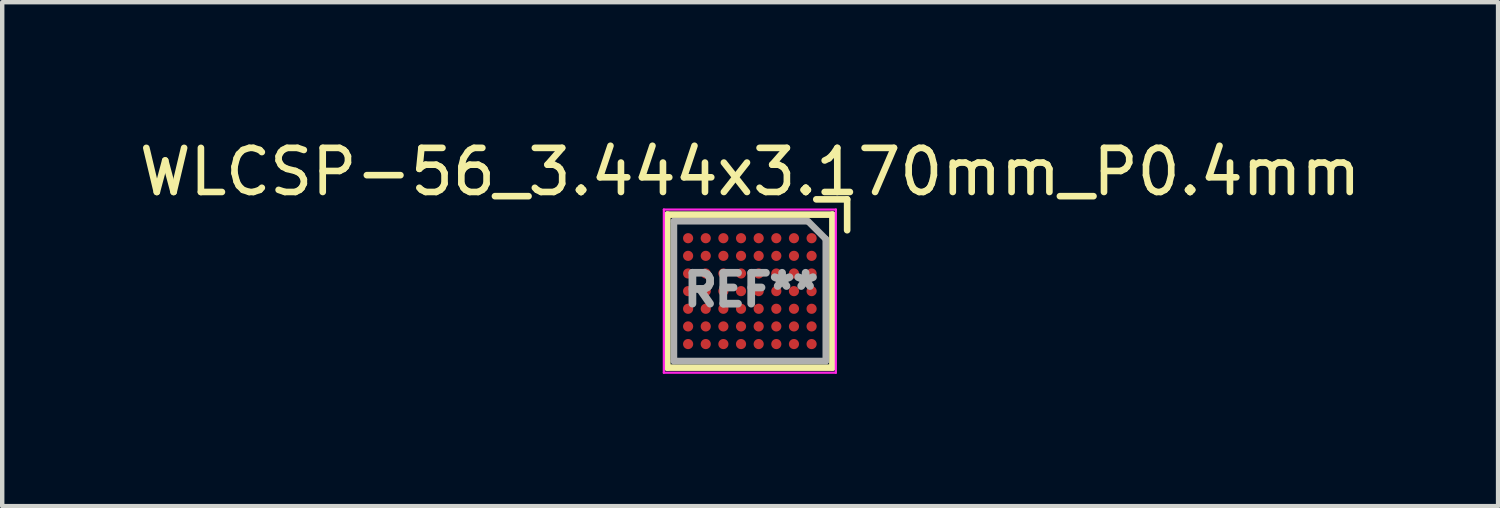
<source format=kicad_pcb>
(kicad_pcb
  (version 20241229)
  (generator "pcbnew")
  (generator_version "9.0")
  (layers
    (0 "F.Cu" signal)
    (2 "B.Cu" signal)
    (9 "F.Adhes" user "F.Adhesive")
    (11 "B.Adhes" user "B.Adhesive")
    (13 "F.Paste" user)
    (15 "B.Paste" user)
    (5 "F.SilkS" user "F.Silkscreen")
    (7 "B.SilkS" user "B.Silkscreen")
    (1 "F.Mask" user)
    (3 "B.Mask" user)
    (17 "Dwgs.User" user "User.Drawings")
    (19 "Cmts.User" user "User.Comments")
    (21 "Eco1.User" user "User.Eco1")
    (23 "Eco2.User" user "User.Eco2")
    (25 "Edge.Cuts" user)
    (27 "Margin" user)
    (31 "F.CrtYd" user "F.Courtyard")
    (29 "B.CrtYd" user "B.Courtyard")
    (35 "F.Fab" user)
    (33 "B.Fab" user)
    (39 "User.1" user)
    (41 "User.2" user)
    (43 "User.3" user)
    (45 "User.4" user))
  (footprint "WLCSP-56_3.444x3.170mm_P0.4mm"
    (layer "F.Cu")
    (at 13.958 3.57)
    (property "Reference" "WLCSP-56_3.444x3.170mm_P0.4mm" (at 0 -2.722 0) (layer "F.SilkS") (effects (font (size 1 1) (thickness 0.15))))
    (attr smd)
    (fp_line (start -1.878 -1.754) (end -1.878 1.716) (stroke (width 0.15) (type solid)) (layer "F.SilkS"))
    (fp_line (start -1.878 -1.754) (end 1.866 -1.754) (stroke (width 0.15) (type solid)) (layer "F.SilkS"))
    (fp_line (start -1.878 1.716) (end 1.866 1.716) (stroke (width 0.15) (type solid)) (layer "F.SilkS"))
    (fp_line (start 1.866 -1.754) (end 1.866 1.716) (stroke (width 0.15) (type solid)) (layer "F.SilkS"))
    (fp_line (start 2.2 -2.1) (end 1.5 -2.1) (stroke (width 0.15) (type solid)) (layer "F.SilkS"))
    (fp_line (start 2.2 -2.1) (end 2.2 -1.4) (stroke (width 0.15) (type solid)) (layer "F.SilkS"))
    (fp_line (start -1.956 -1.869) (end 1.944 -1.869) (stroke (width 0.05) (type solid)) (layer "F.CrtYd"))
    (fp_line (start -1.956 1.831) (end -1.956 -1.869) (stroke (width 0.05) (type solid)) (layer "F.CrtYd"))
    (fp_line (start 1.944 -1.869) (end 1.944 1.831) (stroke (width 0.05) (type solid)) (layer "F.CrtYd"))
    (fp_line (start 1.944 1.831) (end -1.956 1.831) (stroke (width 0.05) (type solid)) (layer "F.CrtYd"))
    (fp_line (start -1.728 -1.604) (end -1.728 1.566) (stroke (width 0.15) (type solid)) (layer "F.Fab"))
    (fp_line (start -1.728 1.566) (end 1.716 1.566) (stroke (width 0.15) (type solid)) (layer "F.Fab"))
    (fp_line (start 1.3 -1.604) (end -1.728 -1.604) (stroke (width 0.15) (type solid)) (layer "F.Fab"))
    (fp_line (start 1.716 -1.2) (end 1.316 -1.6) (stroke (width 0.15) (type solid)) (layer "F.Fab"))
    (fp_line (start 1.716 1.566) (end 1.716 -1.2) (stroke (width 0.15) (type solid)) (layer "F.Fab"))
    (fp_text user "REF**" (at 0.025 -0.05 0) (layer "F.Fab") (effects (font (size 0.7 0.7) (thickness 0.175))))
    (pad "A1" smd circle (at 1.394 -1.219 270) (size 0.23 0.23) (layers "F.Cu" "F.Mask" "F.Paste"))
    (pad "A2" smd circle (at 1.394 -0.819 270) (size 0.23 0.23) (layers "F.Cu" "F.Mask" "F.Paste"))
    (pad "A3" smd circle (at 1.394 -0.419 270) (size 0.23 0.23) (layers "F.Cu" "F.Mask" "F.Paste"))
    (pad "A4" smd circle (at 1.394 -0.019 270) (size 0.23 0.23) (layers "F.Cu" "F.Mask" "F.Paste"))
    (pad "A5" smd circle (at 1.394 0.381 270) (size 0.23 0.23) (layers "F.Cu" "F.Mask" "F.Paste"))
    (pad "A6" smd circle (at 1.394 0.781 270) (size 0.23 0.23) (layers "F.Cu" "F.Mask" "F.Paste"))
    (pad "A7" smd circle (at 1.394 1.181 270) (size 0.23 0.23) (layers "F.Cu" "F.Mask" "F.Paste"))
    (pad "B1" smd circle (at 0.994 -1.219 270) (size 0.23 0.23) (layers "F.Cu" "F.Mask" "F.Paste"))
    (pad "B2" smd circle (at 0.994 -0.819 270) (size 0.23 0.23) (layers "F.Cu" "F.Mask" "F.Paste"))
    (pad "B3" smd circle (at 0.994 -0.419 270) (size 0.23 0.23) (layers "F.Cu" "F.Mask" "F.Paste"))
    (pad "B4" smd circle (at 0.994 -0.019 270) (size 0.23 0.23) (layers "F.Cu" "F.Mask" "F.Paste"))
    (pad "B5" smd circle (at 0.994 0.381 270) (size 0.23 0.23) (layers "F.Cu" "F.Mask" "F.Paste"))
    (pad "B6" smd circle (at 0.994 0.781 270) (size 0.23 0.23) (layers "F.Cu" "F.Mask" "F.Paste"))
    (pad "B7" smd circle (at 0.994 1.181 270) (size 0.23 0.23) (layers "F.Cu" "F.Mask" "F.Paste"))
    (pad "C1" smd circle (at 0.594 -1.219 270) (size 0.23 0.23) (layers "F.Cu" "F.Mask" "F.Paste"))
    (pad "C2" smd circle (at 0.594 -0.819 270) (size 0.23 0.23) (layers "F.Cu" "F.Mask" "F.Paste"))
    (pad "C3" smd circle (at 0.594 -0.419 270) (size 0.23 0.23) (layers "F.Cu" "F.Mask" "F.Paste"))
    (pad "C4" smd circle (at 0.594 -0.019 270) (size 0.23 0.23) (layers "F.Cu" "F.Mask" "F.Paste"))
    (pad "C5" smd circle (at 0.594 0.381 270) (size 0.23 0.23) (layers "F.Cu" "F.Mask" "F.Paste"))
    (pad "C6" smd circle (at 0.594 0.781 270) (size 0.23 0.23) (layers "F.Cu" "F.Mask" "F.Paste"))
    (pad "C7" smd circle (at 0.594 1.181 270) (size 0.23 0.23) (layers "F.Cu" "F.Mask" "F.Paste"))
    (pad "D1" smd circle (at 0.194 -1.219 270) (size 0.23 0.23) (layers "F.Cu" "F.Mask" "F.Paste"))
    (pad "D2" smd circle (at 0.194 -0.819 270) (size 0.23 0.23) (layers "F.Cu" "F.Mask" "F.Paste"))
    (pad "D3" smd circle (at 0.194 -0.419 270) (size 0.23 0.23) (layers "F.Cu" "F.Mask" "F.Paste"))
    (pad "D4" smd circle (at 0.194 -0.019 270) (size 0.23 0.23) (layers "F.Cu" "F.Mask" "F.Paste"))
    (pad "D5" smd circle (at 0.194 0.381 270) (size 0.23 0.23) (layers "F.Cu" "F.Mask" "F.Paste"))
    (pad "D6" smd circle (at 0.194 0.781 270) (size 0.23 0.23) (layers "F.Cu" "F.Mask" "F.Paste"))
    (pad "D7" smd circle (at 0.194 1.181 270) (size 0.23 0.23) (layers "F.Cu" "F.Mask" "F.Paste"))
    (pad "E1" smd circle (at -0.206 -1.219 270) (size 0.23 0.23) (layers "F.Cu" "F.Mask" "F.Paste"))
    (pad "E2" smd circle (at -0.206 -0.819 270) (size 0.23 0.23) (layers "F.Cu" "F.Mask" "F.Paste"))
    (pad "E3" smd circle (at -0.206 -0.419 270) (size 0.23 0.23) (layers "F.Cu" "F.Mask" "F.Paste"))
    (pad "E4" smd circle (at -0.206 -0.019 270) (size 0.23 0.23) (layers "F.Cu" "F.Mask" "F.Paste"))
    (pad "E5" smd circle (at -0.206 0.381 270) (size 0.23 0.23) (layers "F.Cu" "F.Mask" "F.Paste"))
    (pad "E6" smd circle (at -0.206 0.781 270) (size 0.23 0.23) (layers "F.Cu" "F.Mask" "F.Paste"))
    (pad "E7" smd circle (at -0.206 1.181 270) (size 0.23 0.23) (layers "F.Cu" "F.Mask" "F.Paste"))
    (pad "F1" smd circle (at -0.606 -1.219 270) (size 0.23 0.23) (layers "F.Cu" "F.Mask" "F.Paste"))
    (pad "F2" smd circle (at -0.606 -0.819 270) (size 0.23 0.23) (layers "F.Cu" "F.Mask" "F.Paste"))
    (pad "F3" smd circle (at -0.606 -0.419 270) (size 0.23 0.23) (layers "F.Cu" "F.Mask" "F.Paste"))
    (pad "F4" smd circle (at -0.606 -0.019 270) (size 0.23 0.23) (layers "F.Cu" "F.Mask" "F.Paste"))
    (pad "F5" smd circle (at -0.606 0.381 270) (size 0.23 0.23) (layers "F.Cu" "F.Mask" "F.Paste"))
    (pad "F6" smd circle (at -0.606 0.781 270) (size 0.23 0.23) (layers "F.Cu" "F.Mask" "F.Paste"))
    (pad "F7" smd circle (at -0.606 1.181 270) (size 0.23 0.23) (layers "F.Cu" "F.Mask" "F.Paste"))
    (pad "G1" smd circle (at -1.006 -1.219 270) (size 0.23 0.23) (layers "F.Cu" "F.Mask" "F.Paste"))
    (pad "G2" smd circle (at -1.006 -0.819 270) (size 0.23 0.23) (layers "F.Cu" "F.Mask" "F.Paste"))
    (pad "G3" smd circle (at -1.006 -0.419 270) (size 0.23 0.23) (layers "F.Cu" "F.Mask" "F.Paste"))
    (pad "G4" smd circle (at -1.006 -0.019 270) (size 0.23 0.23) (layers "F.Cu" "F.Mask" "F.Paste"))
    (pad "G5" smd circle (at -1.006 0.381 270) (size 0.23 0.23) (layers "F.Cu" "F.Mask" "F.Paste"))
    (pad "G6" smd circle (at -1.006 0.781 270) (size 0.23 0.23) (layers "F.Cu" "F.Mask" "F.Paste"))
    (pad "G7" smd circle (at -1.006 1.181 270) (size 0.23 0.23) (layers "F.Cu" "F.Mask" "F.Paste"))
    (pad "H1" smd circle (at -1.406 -1.219 270) (size 0.23 0.23) (layers "F.Cu" "F.Mask" "F.Paste"))
    (pad "H2" smd circle (at -1.406 -0.819 270) (size 0.23 0.23) (layers "F.Cu" "F.Mask" "F.Paste"))
    (pad "H3" smd circle (at -1.406 -0.419 270) (size 0.23 0.23) (layers "F.Cu" "F.Mask" "F.Paste"))
    (pad "H4" smd circle (at -1.406 -0.019 270) (size 0.23 0.23) (layers "F.Cu" "F.Mask" "F.Paste"))
    (pad "H5" smd circle (at -1.406 0.381 270) (size 0.23 0.23) (layers "F.Cu" "F.Mask" "F.Paste"))
    (pad "H6" smd circle (at -1.406 0.781 270) (size 0.23 0.23) (layers "F.Cu" "F.Mask" "F.Paste"))
    (pad "H7" smd circle (at -1.406 1.181 270) (size 0.23 0.23) (layers "F.Cu" "F.Mask" "F.Paste")))
  (gr_rect
    (start -3 -3)
    (end 30.917 8.426)
    (stroke (width 0.1) (type default))
    (fill no)
    (layer "Edge.Cuts")))
</source>
